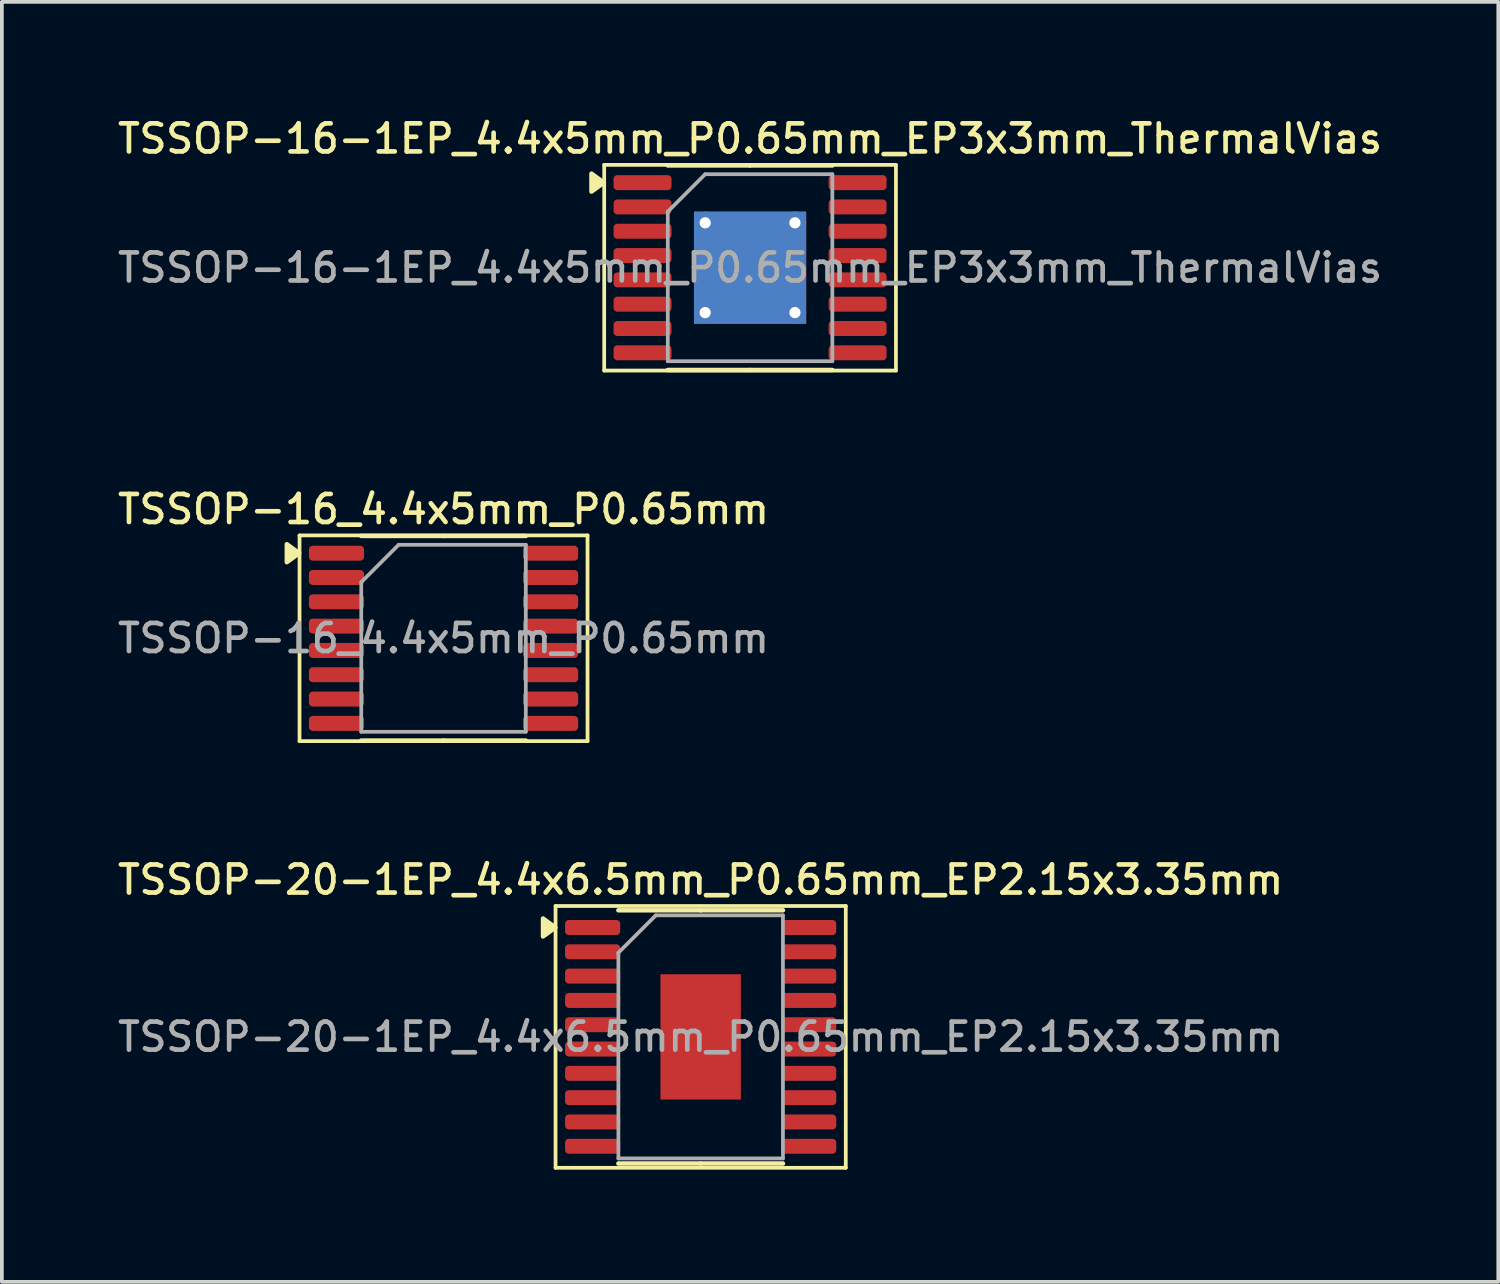
<source format=kicad_pcb>
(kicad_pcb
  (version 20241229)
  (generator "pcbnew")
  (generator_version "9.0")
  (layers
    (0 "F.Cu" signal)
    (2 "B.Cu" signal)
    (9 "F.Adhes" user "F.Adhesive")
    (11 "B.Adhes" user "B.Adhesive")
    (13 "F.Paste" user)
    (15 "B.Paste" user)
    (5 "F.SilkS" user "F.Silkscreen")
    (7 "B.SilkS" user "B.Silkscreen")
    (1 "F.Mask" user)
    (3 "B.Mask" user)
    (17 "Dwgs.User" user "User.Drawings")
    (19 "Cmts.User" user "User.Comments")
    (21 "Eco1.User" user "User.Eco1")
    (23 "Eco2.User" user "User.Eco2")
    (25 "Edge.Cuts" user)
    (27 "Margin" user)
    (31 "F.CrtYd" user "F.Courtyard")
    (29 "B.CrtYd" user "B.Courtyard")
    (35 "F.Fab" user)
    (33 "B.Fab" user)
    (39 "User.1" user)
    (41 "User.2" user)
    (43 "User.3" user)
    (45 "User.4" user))
  (footprint "TSSOP-16_4.4x5mm_P0.65mm"
    (layer "F.Cu")
    (at 8.809 14.016)
    (property "Reference" "TSSOP-16_4.4x5mm_P0.65mm" (at 0 -3.45 0) (layer "F.SilkS") (effects (font (size 0.75 0.75) (thickness 0.125))))
    (attr smd)
    (fp_line (start -3.85 -2.75) (end -3.85 2.75) (stroke (width 0.1) (type solid)) (layer "F.SilkS"))
    (fp_line (start -3.85 2.75) (end 3.85 2.75) (stroke (width 0.1) (type solid)) (layer "F.SilkS"))
    (fp_line (start 0 -2.735) (end -2.2 -2.735) (stroke (width 0.12) (type solid)) (layer "F.SilkS"))
    (fp_line (start 0 -2.735) (end 2.2 -2.735) (stroke (width 0.12) (type solid)) (layer "F.SilkS"))
    (fp_line (start 0 2.735) (end -2.2 2.735) (stroke (width 0.12) (type solid)) (layer "F.SilkS"))
    (fp_line (start 0 2.735) (end 2.2 2.735) (stroke (width 0.12) (type solid)) (layer "F.SilkS"))
    (fp_line (start 3.85 -2.75) (end -3.85 -2.75) (stroke (width 0.1) (type solid)) (layer "F.SilkS"))
    (fp_line (start 3.85 2.75) (end 3.85 -2.75) (stroke (width 0.1) (type solid)) (layer "F.SilkS"))
    (fp_poly (pts (xy -3.86 -2.275) (xy -4.19 -2.515) (xy -4.19 -2.035) (xy -3.86 -2.275)) (stroke (width 0.12) (type solid)) (fill yes) (layer "F.SilkS"))
    (fp_line (start -2.2 -1.5) (end -1.2 -2.5) (stroke (width 0.1) (type solid)) (layer "F.Fab"))
    (fp_line (start -2.2 2.5) (end -2.2 -1.5) (stroke (width 0.1) (type solid)) (layer "F.Fab"))
    (fp_line (start -1.2 -2.5) (end 2.2 -2.5) (stroke (width 0.1) (type solid)) (layer "F.Fab"))
    (fp_line (start 2.2 -2.5) (end 2.2 2.5) (stroke (width 0.1) (type solid)) (layer "F.Fab"))
    (fp_line (start 2.2 2.5) (end -2.2 2.5) (stroke (width 0.1) (type solid)) (layer "F.Fab"))
    (fp_text user "${REFERENCE}" (at 0 0 0) (layer "F.Fab") (effects (font (size 0.75 0.75) (thickness 0.125))))
    (pad "1" smd roundrect (at -2.862 -2.275) (size 1.475 0.4) (layers "F.Cu" "F.Mask" "F.Paste") (roundrect_rratio 0.25))
    (pad "2" smd roundrect (at -2.862 -1.625) (size 1.475 0.4) (layers "F.Cu" "F.Mask" "F.Paste") (roundrect_rratio 0.25))
    (pad "3" smd roundrect (at -2.862 -0.975) (size 1.475 0.4) (layers "F.Cu" "F.Mask" "F.Paste") (roundrect_rratio 0.25))
    (pad "4" smd roundrect (at -2.862 -0.325) (size 1.475 0.4) (layers "F.Cu" "F.Mask" "F.Paste") (roundrect_rratio 0.25))
    (pad "5" smd roundrect (at -2.862 0.325) (size 1.475 0.4) (layers "F.Cu" "F.Mask" "F.Paste") (roundrect_rratio 0.25))
    (pad "6" smd roundrect (at -2.862 0.975) (size 1.475 0.4) (layers "F.Cu" "F.Mask" "F.Paste") (roundrect_rratio 0.25))
    (pad "7" smd roundrect (at -2.862 1.625) (size 1.475 0.4) (layers "F.Cu" "F.Mask" "F.Paste") (roundrect_rratio 0.25))
    (pad "8" smd roundrect (at -2.862 2.275) (size 1.475 0.4) (layers "F.Cu" "F.Mask" "F.Paste") (roundrect_rratio 0.25))
    (pad "9" smd roundrect (at 2.862 2.275) (size 1.475 0.4) (layers "F.Cu" "F.Mask" "F.Paste") (roundrect_rratio 0.25))
    (pad "10" smd roundrect (at 2.862 1.625) (size 1.475 0.4) (layers "F.Cu" "F.Mask" "F.Paste") (roundrect_rratio 0.25))
    (pad "11" smd roundrect (at 2.862 0.975) (size 1.475 0.4) (layers "F.Cu" "F.Mask" "F.Paste") (roundrect_rratio 0.25))
    (pad "12" smd roundrect (at 2.862 0.325) (size 1.475 0.4) (layers "F.Cu" "F.Mask" "F.Paste") (roundrect_rratio 0.25))
    (pad "13" smd roundrect (at 2.862 -0.325) (size 1.475 0.4) (layers "F.Cu" "F.Mask" "F.Paste") (roundrect_rratio 0.25))
    (pad "14" smd roundrect (at 2.862 -0.975) (size 1.475 0.4) (layers "F.Cu" "F.Mask" "F.Paste") (roundrect_rratio 0.25))
    (pad "15" smd roundrect (at 2.862 -1.625) (size 1.475 0.4) (layers "F.Cu" "F.Mask" "F.Paste") (roundrect_rratio 0.25))
    (pad "16" smd roundrect (at 2.862 -2.275) (size 1.475 0.4) (layers "F.Cu" "F.Mask" "F.Paste") (roundrect_rratio 0.25)))
  (footprint "TSSOP-16-1EP_4.4x5mm_P0.65mm_EP3x3mm_ThermalVias"
    (layer "F.Cu")
    (at 17.005 4.108)
    (property "Reference" "TSSOP-16-1EP_4.4x5mm_P0.65mm_EP3x3mm_ThermalVias" (at 0 -3.45 0) (layer "F.SilkS") (effects (font (size 0.75 0.75) (thickness 0.125))))
    (attr smd)
    (fp_line (start -3.9 -2.75) (end -3.9 2.75) (stroke (width 0.1) (type solid)) (layer "F.SilkS"))
    (fp_line (start -3.9 2.75) (end 3.9 2.75) (stroke (width 0.1) (type solid)) (layer "F.SilkS"))
    (fp_line (start 0 -2.735) (end -2.2 -2.735) (stroke (width 0.12) (type solid)) (layer "F.SilkS"))
    (fp_line (start 0 -2.735) (end 2.2 -2.735) (stroke (width 0.12) (type solid)) (layer "F.SilkS"))
    (fp_line (start 0 2.735) (end -2.2 2.735) (stroke (width 0.12) (type solid)) (layer "F.SilkS"))
    (fp_line (start 0 2.735) (end 2.2 2.735) (stroke (width 0.12) (type solid)) (layer "F.SilkS"))
    (fp_line (start 3.9 -2.75) (end -3.9 -2.75) (stroke (width 0.1) (type solid)) (layer "F.SilkS"))
    (fp_line (start 3.9 2.75) (end 3.9 -2.75) (stroke (width 0.1) (type solid)) (layer "F.SilkS"))
    (fp_poly (pts (xy -3.91 -2.275) (xy -4.24 -2.515) (xy -4.24 -2.035) (xy -3.91 -2.275)) (stroke (width 0.12) (type solid)) (fill yes) (layer "F.SilkS"))
    (fp_line (start -2.2 -1.5) (end -1.2 -2.5) (stroke (width 0.1) (type solid)) (layer "F.Fab"))
    (fp_line (start -2.2 2.5) (end -2.2 -1.5) (stroke (width 0.1) (type solid)) (layer "F.Fab"))
    (fp_line (start -1.2 -2.5) (end 2.2 -2.5) (stroke (width 0.1) (type solid)) (layer "F.Fab"))
    (fp_line (start 2.2 -2.5) (end 2.2 2.5) (stroke (width 0.1) (type solid)) (layer "F.Fab"))
    (fp_line (start 2.2 2.5) (end -2.2 2.5) (stroke (width 0.1) (type solid)) (layer "F.Fab"))
    (fp_text user "${REFERENCE}" (at 0 0 0) (layer "F.Fab") (effects (font (size 0.75 0.75) (thickness 0.125))))
    (pad "" smd roundrect (at -0.75 -0.75) (size 1.21 1.21) (layers "F.Paste") (roundrect_rratio 0.207))
    (pad "" smd roundrect (at -0.75 0.75) (size 1.21 1.21) (layers "F.Paste") (roundrect_rratio 0.207))
    (pad "" smd roundrect (at 0.75 -0.75) (size 1.21 1.21) (layers "F.Paste") (roundrect_rratio 0.207))
    (pad "" smd roundrect (at 0.75 0.75) (size 1.21 1.21) (layers "F.Paste") (roundrect_rratio 0.207))
    (pad "1" smd roundrect (at -2.875 -2.275) (size 1.55 0.4) (layers "F.Cu" "F.Mask" "F.Paste") (roundrect_rratio 0.25))
    (pad "2" smd roundrect (at -2.875 -1.625) (size 1.55 0.4) (layers "F.Cu" "F.Mask" "F.Paste") (roundrect_rratio 0.25))
    (pad "3" smd roundrect (at -2.875 -0.975) (size 1.55 0.4) (layers "F.Cu" "F.Mask" "F.Paste") (roundrect_rratio 0.25))
    (pad "4" smd roundrect (at -2.875 -0.325) (size 1.55 0.4) (layers "F.Cu" "F.Mask" "F.Paste") (roundrect_rratio 0.25))
    (pad "5" smd roundrect (at -2.875 0.325) (size 1.55 0.4) (layers "F.Cu" "F.Mask" "F.Paste") (roundrect_rratio 0.25))
    (pad "6" smd roundrect (at -2.875 0.975) (size 1.55 0.4) (layers "F.Cu" "F.Mask" "F.Paste") (roundrect_rratio 0.25))
    (pad "7" smd roundrect (at -2.875 1.625) (size 1.55 0.4) (layers "F.Cu" "F.Mask" "F.Paste") (roundrect_rratio 0.25))
    (pad "8" smd roundrect (at -2.875 2.275) (size 1.55 0.4) (layers "F.Cu" "F.Mask" "F.Paste") (roundrect_rratio 0.25))
    (pad "9" smd roundrect (at 2.875 2.275) (size 1.55 0.4) (layers "F.Cu" "F.Mask" "F.Paste") (roundrect_rratio 0.25))
    (pad "10" smd roundrect (at 2.875 1.625) (size 1.55 0.4) (layers "F.Cu" "F.Mask" "F.Paste") (roundrect_rratio 0.25))
    (pad "11" smd roundrect (at 2.875 0.975) (size 1.55 0.4) (layers "F.Cu" "F.Mask" "F.Paste") (roundrect_rratio 0.25))
    (pad "12" smd roundrect (at 2.875 0.325) (size 1.55 0.4) (layers "F.Cu" "F.Mask" "F.Paste") (roundrect_rratio 0.25))
    (pad "13" smd roundrect (at 2.875 -0.325) (size 1.55 0.4) (layers "F.Cu" "F.Mask" "F.Paste") (roundrect_rratio 0.25))
    (pad "14" smd roundrect (at 2.875 -0.975) (size 1.55 0.4) (layers "F.Cu" "F.Mask" "F.Paste") (roundrect_rratio 0.25))
    (pad "15" smd roundrect (at 2.875 -1.625) (size 1.55 0.4) (layers "F.Cu" "F.Mask" "F.Paste") (roundrect_rratio 0.25))
    (pad "16" smd roundrect (at 2.875 -2.275) (size 1.55 0.4) (layers "F.Cu" "F.Mask" "F.Paste") (roundrect_rratio 0.25))
    (pad "17" thru_hole circle (at -1.2 -1.2) (size 0.6 0.6) (drill 0.3) (property pad_prop_heatsink) (layers "*.Cu"))
    (pad "17" thru_hole circle (at -1.2 1.2) (size 0.6 0.6) (drill 0.3) (property pad_prop_heatsink) (layers "*.Cu"))
    (pad "17" smd rect (at 0 0) (size 3 3) (property pad_prop_heatsink) (layers "F.Cu" "F.Mask"))
    (pad "17" smd rect (at 0 0) (size 3 3) (property pad_prop_heatsink) (layers "B.Cu"))
    (pad "17" thru_hole circle (at 1.2 -1.2) (size 0.6 0.6) (drill 0.3) (property pad_prop_heatsink) (layers "*.Cu"))
    (pad "17" thru_hole circle (at 1.2 1.2) (size 0.6 0.6) (drill 0.3) (property pad_prop_heatsink) (layers "*.Cu")))
  (footprint "TSSOP-20-1EP_4.4x6.5mm_P0.65mm_EP2.15x3.35mm"
    (layer "F.Cu")
    (at 15.684 24.674)
    (property "Reference" "TSSOP-20-1EP_4.4x6.5mm_P0.65mm_EP2.15x3.35mm" (at 0 -4.2 0) (layer "F.SilkS") (effects (font (size 0.75 0.75) (thickness 0.125))))
    (attr smd)
    (fp_line (start -3.88 -3.5) (end -3.88 3.5) (stroke (width 0.1) (type solid)) (layer "F.SilkS"))
    (fp_line (start -3.88 3.5) (end 3.88 3.5) (stroke (width 0.1) (type solid)) (layer "F.SilkS"))
    (fp_line (start 0 -3.385) (end -2.2 -3.385) (stroke (width 0.12) (type solid)) (layer "F.SilkS"))
    (fp_line (start 0 -3.385) (end 2.2 -3.385) (stroke (width 0.12) (type solid)) (layer "F.SilkS"))
    (fp_line (start 0 3.385) (end -2.2 3.385) (stroke (width 0.12) (type solid)) (layer "F.SilkS"))
    (fp_line (start 0 3.385) (end 2.2 3.385) (stroke (width 0.12) (type solid)) (layer "F.SilkS"))
    (fp_line (start 3.88 -3.5) (end -3.88 -3.5) (stroke (width 0.1) (type solid)) (layer "F.SilkS"))
    (fp_line (start 3.88 3.5) (end 3.88 -3.5) (stroke (width 0.1) (type solid)) (layer "F.SilkS"))
    (fp_poly (pts (xy -3.885 -2.925) (xy -4.215 -3.165) (xy -4.215 -2.685) (xy -3.885 -2.925)) (stroke (width 0.12) (type solid)) (fill yes) (layer "F.SilkS"))
    (fp_line (start -2.2 -2.25) (end -1.2 -3.25) (stroke (width 0.1) (type solid)) (layer "F.Fab"))
    (fp_line (start -2.2 3.25) (end -2.2 -2.25) (stroke (width 0.1) (type solid)) (layer "F.Fab"))
    (fp_line (start -1.2 -3.25) (end 2.2 -3.25) (stroke (width 0.1) (type solid)) (layer "F.Fab"))
    (fp_line (start 2.2 -3.25) (end 2.2 3.25) (stroke (width 0.1) (type solid)) (layer "F.Fab"))
    (fp_line (start 2.2 3.25) (end -2.2 3.25) (stroke (width 0.1) (type solid)) (layer "F.Fab"))
    (fp_text user "${REFERENCE}" (at 0 0 0) (layer "F.Fab") (effects (font (size 0.75 0.75) (thickness 0.125))))
    (pad "" smd roundrect (at -0.54 -0.84) (size 0.87 1.35) (layers "F.Paste") (roundrect_rratio 0.25))
    (pad "" smd roundrect (at -0.54 0.84) (size 0.87 1.35) (layers "F.Paste") (roundrect_rratio 0.25))
    (pad "" smd roundrect (at 0.54 -0.84) (size 0.87 1.35) (layers "F.Paste") (roundrect_rratio 0.25))
    (pad "" smd roundrect (at 0.54 0.84) (size 0.87 1.35) (layers "F.Paste") (roundrect_rratio 0.25))
    (pad "1" smd roundrect (at -2.888 -2.925) (size 1.475 0.4) (layers "F.Cu" "F.Mask" "F.Paste") (roundrect_rratio 0.25))
    (pad "2" smd roundrect (at -2.888 -2.275) (size 1.475 0.4) (layers "F.Cu" "F.Mask" "F.Paste") (roundrect_rratio 0.25))
    (pad "3" smd roundrect (at -2.888 -1.625) (size 1.475 0.4) (layers "F.Cu" "F.Mask" "F.Paste") (roundrect_rratio 0.25))
    (pad "4" smd roundrect (at -2.888 -0.975) (size 1.475 0.4) (layers "F.Cu" "F.Mask" "F.Paste") (roundrect_rratio 0.25))
    (pad "5" smd roundrect (at -2.888 -0.325) (size 1.475 0.4) (layers "F.Cu" "F.Mask" "F.Paste") (roundrect_rratio 0.25))
    (pad "6" smd roundrect (at -2.888 0.325) (size 1.475 0.4) (layers "F.Cu" "F.Mask" "F.Paste") (roundrect_rratio 0.25))
    (pad "7" smd roundrect (at -2.888 0.975) (size 1.475 0.4) (layers "F.Cu" "F.Mask" "F.Paste") (roundrect_rratio 0.25))
    (pad "8" smd roundrect (at -2.888 1.625) (size 1.475 0.4) (layers "F.Cu" "F.Mask" "F.Paste") (roundrect_rratio 0.25))
    (pad "9" smd roundrect (at -2.888 2.275) (size 1.475 0.4) (layers "F.Cu" "F.Mask" "F.Paste") (roundrect_rratio 0.25))
    (pad "10" smd roundrect (at -2.888 2.925) (size 1.475 0.4) (layers "F.Cu" "F.Mask" "F.Paste") (roundrect_rratio 0.25))
    (pad "11" smd roundrect (at 2.888 2.925) (size 1.475 0.4) (layers "F.Cu" "F.Mask" "F.Paste") (roundrect_rratio 0.25))
    (pad "12" smd roundrect (at 2.888 2.275) (size 1.475 0.4) (layers "F.Cu" "F.Mask" "F.Paste") (roundrect_rratio 0.25))
    (pad "13" smd roundrect (at 2.888 1.625) (size 1.475 0.4) (layers "F.Cu" "F.Mask" "F.Paste") (roundrect_rratio 0.25))
    (pad "14" smd roundrect (at 2.888 0.975) (size 1.475 0.4) (layers "F.Cu" "F.Mask" "F.Paste") (roundrect_rratio 0.25))
    (pad "15" smd roundrect (at 2.888 0.325) (size 1.475 0.4) (layers "F.Cu" "F.Mask" "F.Paste") (roundrect_rratio 0.25))
    (pad "16" smd roundrect (at 2.888 -0.325) (size 1.475 0.4) (layers "F.Cu" "F.Mask" "F.Paste") (roundrect_rratio 0.25))
    (pad "17" smd roundrect (at 2.888 -0.975) (size 1.475 0.4) (layers "F.Cu" "F.Mask" "F.Paste") (roundrect_rratio 0.25))
    (pad "18" smd roundrect (at 2.888 -1.625) (size 1.475 0.4) (layers "F.Cu" "F.Mask" "F.Paste") (roundrect_rratio 0.25))
    (pad "19" smd roundrect (at 2.888 -2.275) (size 1.475 0.4) (layers "F.Cu" "F.Mask" "F.Paste") (roundrect_rratio 0.25))
    (pad "20" smd roundrect (at 2.888 -2.925) (size 1.475 0.4) (layers "F.Cu" "F.Mask" "F.Paste") (roundrect_rratio 0.25))
    (pad "21" smd rect (at 0 0) (size 2.15 3.35) (property pad_prop_heatsink) (layers "F.Cu" "F.Mask")))
  (gr_rect
    (start -3 -3)
    (end 37.011 31.224)
    (stroke (width 0.1) (type default))
    (fill no)
    (layer "Edge.Cuts")))
</source>
